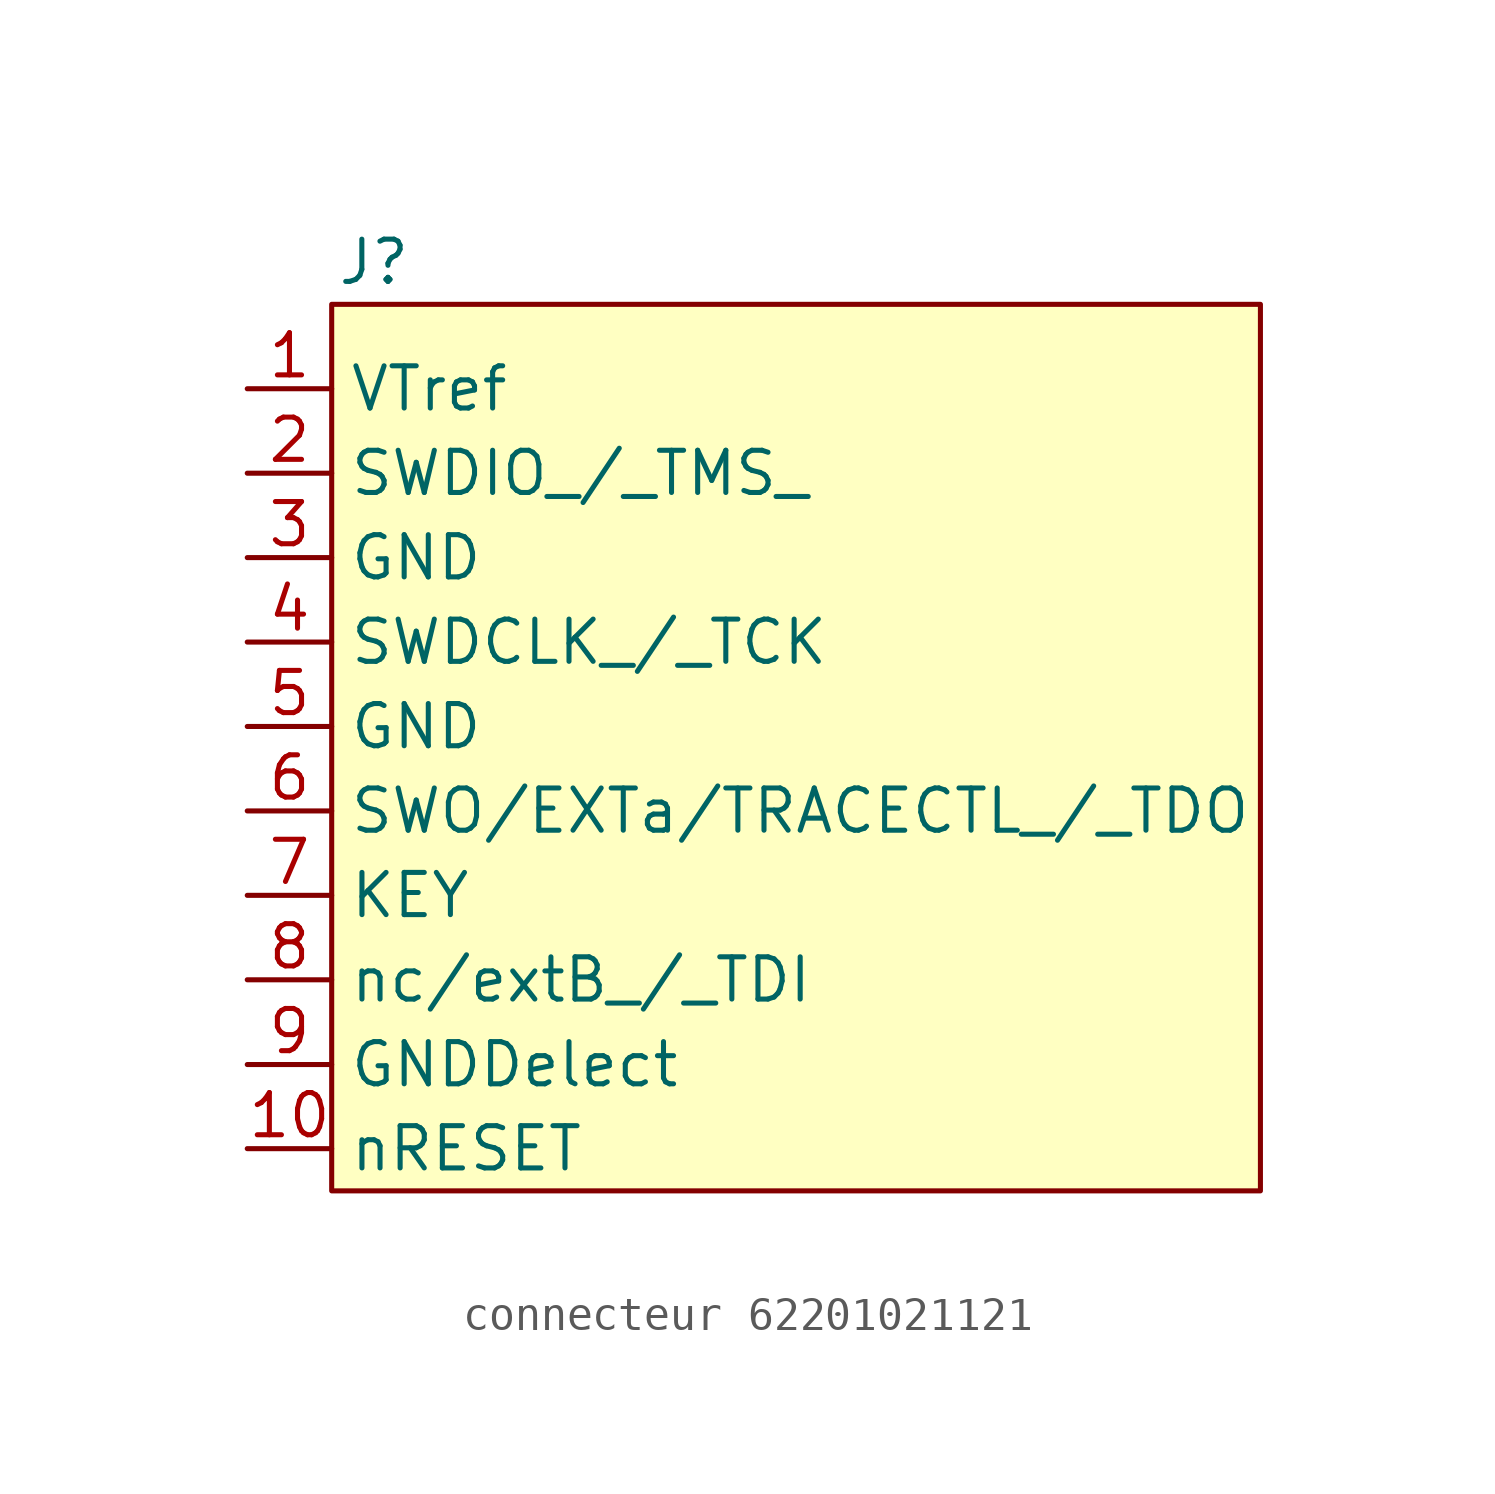
<source format=kicad_sym>
(kicad_symbol_lib
  (version 20220914)
  (generator kicad_symbol_editor)
  (symbol "connecteur 62201021121"
    (property "Reference" "J"
      (at -5.08 2.54 0)
      (effects (font (size 1.27 1.27))))
    (property "Value" ""
      (at 0 0 0)
      (effects (font (size 1.27 1.27))))
    (symbol "connecteur 62201021121_1_1"
      (rectangle (start -6.35 1.27) (end 21.59 -25.4) (stroke (width 0) (type default)) (fill (type background)))
      (pin input line (at -8.89 -1.27 0) (length 2.54) (name "VTref" (effects (font (size 1.27 1.27)))) (number "1" (effects (font (size 1.27 1.27)))))
      (pin input line (at -8.89 -24.13 0) (length 2.54) (name "nRESET" (effects (font (size 1.27 1.27)))) (number "10" (effects (font (size 1.27 1.27)))))
      (pin input line (at -8.89 -3.81 0) (length 2.54) (name "SWDIO_/_TMS_" (effects (font (size 1.27 1.27)))) (number "2" (effects (font (size 1.27 1.27)))))
      (pin output line (at -8.89 -6.35 0) (length 2.54) (name "GND" (effects (font (size 1.27 1.27)))) (number "3" (effects (font (size 1.27 1.27)))))
      (pin input line (at -8.89 -8.89 0) (length 2.54) (name "SWDCLK_/_TCK" (effects (font (size 1.27 1.27)))) (number "4" (effects (font (size 1.27 1.27)))))
      (pin output line (at -8.89 -11.43 0) (length 2.54) (name "GND" (effects (font (size 1.27 1.27)))) (number "5" (effects (font (size 1.27 1.27)))))
      (pin input line (at -8.89 -13.97 0) (length 2.54) (name "SWO/EXTa/TRACECTL_/_TDO" (effects (font (size 1.27 1.27)))) (number "6" (effects (font (size 1.27 1.27)))))
      (pin input line (at -8.89 -16.51 0) (length 2.54) (name "KEY" (effects (font (size 1.27 1.27)))) (number "7" (effects (font (size 1.27 1.27)))))
      (pin input line (at -8.89 -19.05 0) (length 2.54) (name "nc/extB_/_TDI" (effects (font (size 1.27 1.27)))) (number "8" (effects (font (size 1.27 1.27)))))
      (pin input line (at -8.89 -21.6 0) (length 2.54) (name "GNDDelect" (effects (font (size 1.27 1.27)))) (number "9" (effects (font (size 1.27 1.27))))))))
</source>
